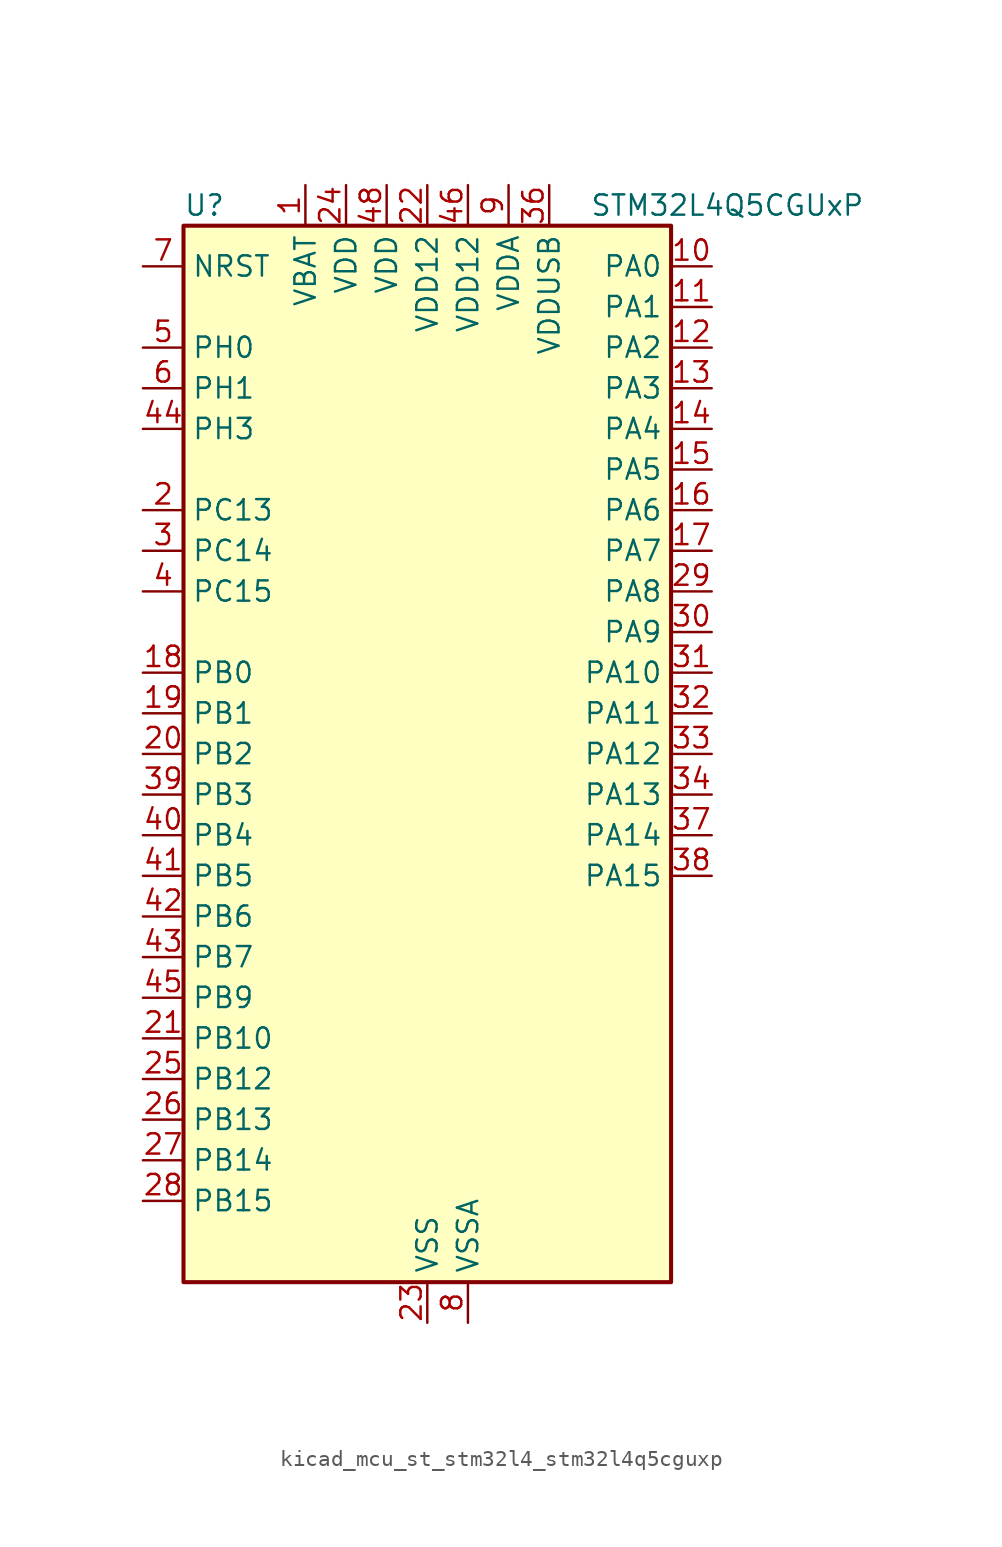
<source format=kicad_sym>
(kicad_symbol_lib
  (version 20220914)
  (generator kicad_symbol_editor)
  (symbol "kicad_mcu_st_stm32l4_stm32l4q5cguxp"
    (property "Reference" "U"
      (at -15.24 34.29 0)
      (effects (font (size 1.27 1.27)) (justify left)))
    (property "Value" "STM32L4Q5CGUxP"
      (at 10.16 34.29 0)
      (effects (font (size 1.27 1.27)) (justify left)))
    (property "ki_locked" ""
      (at 0 0 0)
      (effects (font (size 1.27 1.27))))
    (symbol "kicad_mcu_st_stm32l4_stm32l4q5cguxp_0_1"
      (rectangle (start -15.24 -33.02) (end 15.24 33.02) (stroke (width 0.254) (type default)) (fill (type background))))
    (symbol "kicad_mcu_st_stm32l4_stm32l4q5cguxp_1_1"
      (pin power_in line (at -7.62 35.56 270) (length 2.54) (name "VBAT" (effects (font (size 1.27 1.27)))) (number "1" (effects (font (size 1.27 1.27)))))
      (pin bidirectional line (at 17.78 30.48 180) (length 2.54) (name "PA0" (effects (font (size 1.27 1.27)))) (number "10" (effects (font (size 1.27 1.27)))) (alternate "ADC1_IN5" bidirectional line) (alternate "ADC2_IN5" bidirectional line) (alternate "OPAMP1_VINP" bidirectional line) (alternate "RTC_TAMP2" bidirectional line) (alternate "SAI1_EXTCLK" bidirectional line) (alternate "SYS_WKUP1" bidirectional line) (alternate "TIM2_CH1" bidirectional line) (alternate "TIM2_ETR" bidirectional line) (alternate "TIM5_CH1" bidirectional line) (alternate "TIM8_ETR" bidirectional line) (alternate "UART4_TX" bidirectional line) (alternate "USART2_CTS" bidirectional line) (alternate "USART2_NSS" bidirectional line))
      (pin bidirectional line (at 17.78 27.94 180) (length 2.54) (name "PA1" (effects (font (size 1.27 1.27)))) (number "11" (effects (font (size 1.27 1.27)))) (alternate "ADC1_IN6" bidirectional line) (alternate "ADC2_IN6" bidirectional line) (alternate "I2C1_SMBA" bidirectional line) (alternate "OCTOSPIM_P1_DQS" bidirectional line) (alternate "OPAMP1_VINM" bidirectional line) (alternate "SDMMC2_CMD" bidirectional line) (alternate "SPI1_SCK" bidirectional line) (alternate "TIM15_CH1N" bidirectional line) (alternate "TIM2_CH2" bidirectional line) (alternate "TIM5_CH2" bidirectional line) (alternate "UART4_RX" bidirectional line) (alternate "USART2_DE" bidirectional line) (alternate "USART2_RTS" bidirectional line))
      (pin bidirectional line (at 17.78 25.4 180) (length 2.54) (name "PA2" (effects (font (size 1.27 1.27)))) (number "12" (effects (font (size 1.27 1.27)))) (alternate "ADC1_IN7" bidirectional line) (alternate "ADC2_IN7" bidirectional line) (alternate "LPUART1_TX" bidirectional line) (alternate "OCTOSPIM_P1_NCS" bidirectional line) (alternate "RCC_LSCO" bidirectional line) (alternate "SAI2_EXTCLK" bidirectional line) (alternate "SYS_WKUP4" bidirectional line) (alternate "TIM15_CH1" bidirectional line) (alternate "TIM2_CH3" bidirectional line) (alternate "TIM5_CH3" bidirectional line) (alternate "USART2_TX" bidirectional line))
      (pin bidirectional line (at 17.78 22.86 180) (length 2.54) (name "PA3" (effects (font (size 1.27 1.27)))) (number "13" (effects (font (size 1.27 1.27)))) (alternate "ADC1_IN8" bidirectional line) (alternate "ADC2_IN8" bidirectional line) (alternate "LPUART1_RX" bidirectional line) (alternate "OCTOSPIM_P1_CLK" bidirectional line) (alternate "OPAMP1_VOUT" bidirectional line) (alternate "SAI1_CK1" bidirectional line) (alternate "SAI1_MCLK_A" bidirectional line) (alternate "TIM15_CH2" bidirectional line) (alternate "TIM2_CH4" bidirectional line) (alternate "TIM5_CH4" bidirectional line) (alternate "USART2_RX" bidirectional line))
      (pin bidirectional line (at 17.78 20.32 180) (length 2.54) (name "PA4" (effects (font (size 1.27 1.27)))) (number "14" (effects (font (size 1.27 1.27)))) (alternate "ADC1_IN9" bidirectional line) (alternate "ADC2_IN9" bidirectional line) (alternate "DAC1_OUT1" bidirectional line) (alternate "LPTIM2_OUT" bidirectional line) (alternate "LTDC_CLK" bidirectional line) (alternate "OCTOSPIM_P1_NCS" bidirectional line) (alternate "SAI1_FS_B" bidirectional line) (alternate "SPI1_NSS" bidirectional line) (alternate "SPI3_NSS" bidirectional line) (alternate "USART2_CK" bidirectional line))
      (pin bidirectional line (at 17.78 17.78 180) (length 2.54) (name "PA5" (effects (font (size 1.27 1.27)))) (number "15" (effects (font (size 1.27 1.27)))) (alternate "ADC1_IN10" bidirectional line) (alternate "ADC2_IN10" bidirectional line) (alternate "DAC1_OUT2" bidirectional line) (alternate "LPTIM2_ETR" bidirectional line) (alternate "LTDC_R7" bidirectional line) (alternate "SPI1_SCK" bidirectional line) (alternate "TIM2_CH1" bidirectional line) (alternate "TIM2_ETR" bidirectional line) (alternate "TIM8_CH1N" bidirectional line))
      (pin bidirectional line (at 17.78 15.24 180) (length 2.54) (name "PA6" (effects (font (size 1.27 1.27)))) (number "16" (effects (font (size 1.27 1.27)))) (alternate "ADC1_IN11" bidirectional line) (alternate "ADC2_IN11" bidirectional line) (alternate "LPUART1_CTS" bidirectional line) (alternate "OCTOSPIM_P1_IO3" bidirectional line) (alternate "OPAMP2_VINP" bidirectional line) (alternate "SPI1_MISO" bidirectional line) (alternate "TIM16_CH1" bidirectional line) (alternate "TIM1_BKIN" bidirectional line) (alternate "TIM3_CH1" bidirectional line) (alternate "TIM8_BKIN" bidirectional line) (alternate "USART3_CTS" bidirectional line) (alternate "USART3_NSS" bidirectional line))
      (pin bidirectional line (at 17.78 12.7 180) (length 2.54) (name "PA7" (effects (font (size 1.27 1.27)))) (number "17" (effects (font (size 1.27 1.27)))) (alternate "ADC1_IN12" bidirectional line) (alternate "ADC2_IN12" bidirectional line) (alternate "I2C3_SCL" bidirectional line) (alternate "OCTOSPIM_P1_IO2" bidirectional line) (alternate "OPAMP2_VINM" bidirectional line) (alternate "SPI1_MOSI" bidirectional line) (alternate "TIM17_CH1" bidirectional line) (alternate "TIM1_CH1N" bidirectional line) (alternate "TIM3_CH2" bidirectional line) (alternate "TIM8_CH1N" bidirectional line))
      (pin bidirectional line (at -17.78 5.08 0) (length 2.54) (name "PB0" (effects (font (size 1.27 1.27)))) (number "18" (effects (font (size 1.27 1.27)))) (alternate "ADC1_IN15" bidirectional line) (alternate "ADC2_IN15" bidirectional line) (alternate "COMP1_OUT" bidirectional line) (alternate "LTDC_B6" bidirectional line) (alternate "OCTOSPIM_P1_IO1" bidirectional line) (alternate "OPAMP2_VOUT" bidirectional line) (alternate "SAI1_EXTCLK" bidirectional line) (alternate "SPI1_NSS" bidirectional line) (alternate "TIM1_CH2N" bidirectional line) (alternate "TIM3_CH3" bidirectional line) (alternate "TIM8_CH2N" bidirectional line) (alternate "USART3_CK" bidirectional line))
      (pin bidirectional line (at -17.78 2.54 0) (length 2.54) (name "PB1" (effects (font (size 1.27 1.27)))) (number "19" (effects (font (size 1.27 1.27)))) (alternate "ADC1_IN16" bidirectional line) (alternate "ADC2_IN16" bidirectional line) (alternate "COMP1_INM" bidirectional line) (alternate "DFSDM1_DATIN0" bidirectional line) (alternate "LPTIM2_IN1" bidirectional line) (alternate "LPUART1_DE" bidirectional line) (alternate "LPUART1_RTS" bidirectional line) (alternate "LTDC_G6" bidirectional line) (alternate "OCTOSPIM_P1_IO0" bidirectional line) (alternate "TIM1_CH3N" bidirectional line) (alternate "TIM3_CH4" bidirectional line) (alternate "TIM8_CH3N" bidirectional line) (alternate "USART3_DE" bidirectional line) (alternate "USART3_RTS" bidirectional line))
      (pin bidirectional line (at -17.78 15.24 0) (length 2.54) (name "PC13" (effects (font (size 1.27 1.27)))) (number "2" (effects (font (size 1.27 1.27)))) (alternate "RTC_OUT1" bidirectional line) (alternate "RTC_TAMP1" bidirectional line) (alternate "RTC_TS" bidirectional line) (alternate "SYS_WKUP2" bidirectional line))
      (pin bidirectional line (at -17.78 0 0) (length 2.54) (name "PB2" (effects (font (size 1.27 1.27)))) (number "20" (effects (font (size 1.27 1.27)))) (alternate "COMP1_INP" bidirectional line) (alternate "DFSDM1_CKIN0" bidirectional line) (alternate "I2C3_SMBA" bidirectional line) (alternate "LPTIM1_OUT" bidirectional line) (alternate "OCTOSPIM_P1_DQS" bidirectional line) (alternate "RTC_OUT2" bidirectional line))
      (pin bidirectional line (at -17.78 -17.78 0) (length 2.54) (name "PB10" (effects (font (size 1.27 1.27)))) (number "21" (effects (font (size 1.27 1.27)))) (alternate "COMP1_OUT" bidirectional line) (alternate "I2C2_SCL" bidirectional line) (alternate "I2C4_SCL" bidirectional line) (alternate "LPUART1_RX" bidirectional line) (alternate "OCTOSPIM_P1_CLK" bidirectional line) (alternate "OCTOSPIM_P1_IO3" bidirectional line) (alternate "SAI1_SCK_A" bidirectional line) (alternate "SPI2_SCK" bidirectional line) (alternate "TIM2_CH3" bidirectional line) (alternate "TSC_SYNC" bidirectional line) (alternate "USART3_TX" bidirectional line))
      (pin power_in line (at 0 35.56 270) (length 2.54) (name "VDD12" (effects (font (size 1.27 1.27)))) (number "22" (effects (font (size 1.27 1.27)))))
      (pin power_in line (at 0 -35.56 90) (length 2.54) (name "VSS" (effects (font (size 1.27 1.27)))) (number "23" (effects (font (size 1.27 1.27)))))
      (pin power_in line (at -5.08 35.56 270) (length 2.54) (name "VDD" (effects (font (size 1.27 1.27)))) (number "24" (effects (font (size 1.27 1.27)))))
      (pin bidirectional line (at -17.78 -20.32 0) (length 2.54) (name "PB12" (effects (font (size 1.27 1.27)))) (number "25" (effects (font (size 1.27 1.27)))) (alternate "DFSDM1_DATIN1" bidirectional line) (alternate "I2C2_SMBA" bidirectional line) (alternate "LPUART1_DE" bidirectional line) (alternate "LPUART1_RTS" bidirectional line) (alternate "OCTOSPIM_P1_NCLK" bidirectional line) (alternate "SAI2_FS_A" bidirectional line) (alternate "SDMMC2_CK" bidirectional line) (alternate "SPI2_NSS" bidirectional line) (alternate "TIM15_BKIN" bidirectional line) (alternate "TIM1_BKIN" bidirectional line) (alternate "TSC_G1_IO1" bidirectional line) (alternate "USART3_CK" bidirectional line))
      (pin bidirectional line (at -17.78 -22.86 0) (length 2.54) (name "PB13" (effects (font (size 1.27 1.27)))) (number "26" (effects (font (size 1.27 1.27)))) (alternate "DFSDM1_CKIN1" bidirectional line) (alternate "I2C2_SCL" bidirectional line) (alternate "LPUART1_CTS" bidirectional line) (alternate "OCTOSPIM_P1_IO1" bidirectional line) (alternate "SAI2_SCK_A" bidirectional line) (alternate "SPI2_SCK" bidirectional line) (alternate "TIM15_CH1N" bidirectional line) (alternate "TIM1_CH1N" bidirectional line) (alternate "TSC_G1_IO2" bidirectional line) (alternate "USART3_CTS" bidirectional line) (alternate "USART3_NSS" bidirectional line))
      (pin bidirectional line (at -17.78 -25.4 0) (length 2.54) (name "PB14" (effects (font (size 1.27 1.27)))) (number "27" (effects (font (size 1.27 1.27)))) (alternate "DFSDM1_DATIN2" bidirectional line) (alternate "I2C2_SDA" bidirectional line) (alternate "OCTOSPIM_P1_IO6" bidirectional line) (alternate "SAI2_MCLK_A" bidirectional line) (alternate "SDMMC2_D0" bidirectional line) (alternate "SPI2_MISO" bidirectional line) (alternate "TIM15_CH1" bidirectional line) (alternate "TIM1_CH2N" bidirectional line) (alternate "TIM8_CH2N" bidirectional line) (alternate "TSC_G1_IO3" bidirectional line) (alternate "USART3_DE" bidirectional line) (alternate "USART3_RTS" bidirectional line))
      (pin bidirectional line (at -17.78 -27.94 0) (length 2.54) (name "PB15" (effects (font (size 1.27 1.27)))) (number "28" (effects (font (size 1.27 1.27)))) (alternate "ADC1_EXTI15" bidirectional line) (alternate "ADC2_EXTI15" bidirectional line) (alternate "DFSDM1_CKIN2" bidirectional line) (alternate "OCTOSPIM_P1_IO7" bidirectional line) (alternate "RTC_REFIN" bidirectional line) (alternate "SAI2_SD_A" bidirectional line) (alternate "SDMMC2_D1" bidirectional line) (alternate "SPI2_MOSI" bidirectional line) (alternate "TIM15_CH2" bidirectional line) (alternate "TIM1_CH3N" bidirectional line) (alternate "TIM8_CH3N" bidirectional line) (alternate "TSC_G1_IO4" bidirectional line))
      (pin bidirectional line (at 17.78 10.16 180) (length 2.54) (name "PA8" (effects (font (size 1.27 1.27)))) (number "29" (effects (font (size 1.27 1.27)))) (alternate "LPTIM2_OUT" bidirectional line) (alternate "LTDC_B7" bidirectional line) (alternate "RCC_MCO" bidirectional line) (alternate "SAI1_CK2" bidirectional line) (alternate "SAI1_SCK_A" bidirectional line) (alternate "TIM1_CH1" bidirectional line) (alternate "USART1_CK" bidirectional line) (alternate "USB_OTG_FS_SOF" bidirectional line))
      (pin bidirectional line (at -17.78 12.7 0) (length 2.54) (name "PC14" (effects (font (size 1.27 1.27)))) (number "3" (effects (font (size 1.27 1.27)))) (alternate "RCC_OSC32_IN" bidirectional line))
      (pin bidirectional line (at 17.78 7.62 180) (length 2.54) (name "PA9" (effects (font (size 1.27 1.27)))) (number "30" (effects (font (size 1.27 1.27)))) (alternate "DAC1_EXTI9" bidirectional line) (alternate "LTDC_G7" bidirectional line) (alternate "SAI1_FS_A" bidirectional line) (alternate "SPI2_SCK" bidirectional line) (alternate "TIM15_BKIN" bidirectional line) (alternate "TIM1_CH2" bidirectional line) (alternate "USART1_TX" bidirectional line) (alternate "USB_OTG_FS_VBUS" bidirectional line))
      (pin bidirectional line (at 17.78 5.08 180) (length 2.54) (name "PA10" (effects (font (size 1.27 1.27)))) (number "31" (effects (font (size 1.27 1.27)))) (alternate "LTDC_G6" bidirectional line) (alternate "SAI1_D1" bidirectional line) (alternate "SAI1_SD_A" bidirectional line) (alternate "TIM17_BKIN" bidirectional line) (alternate "TIM1_CH3" bidirectional line) (alternate "USART1_RX" bidirectional line) (alternate "USB_OTG_FS_ID" bidirectional line))
      (pin bidirectional line (at 17.78 2.54 180) (length 2.54) (name "PA11" (effects (font (size 1.27 1.27)))) (number "32" (effects (font (size 1.27 1.27)))) (alternate "ADC1_EXTI11" bidirectional line) (alternate "ADC2_EXTI11" bidirectional line) (alternate "CAN1_RX" bidirectional line) (alternate "LTDC_DE" bidirectional line) (alternate "SPI1_MISO" bidirectional line) (alternate "TIM1_BKIN2" bidirectional line) (alternate "TIM1_CH4" bidirectional line) (alternate "USART1_CTS" bidirectional line) (alternate "USART1_NSS" bidirectional line) (alternate "USB_OTG_FS_DM" bidirectional line))
      (pin bidirectional line (at 17.78 0 180) (length 2.54) (name "PA12" (effects (font (size 1.27 1.27)))) (number "33" (effects (font (size 1.27 1.27)))) (alternate "CAN1_TX" bidirectional line) (alternate "LTDC_VSYNC" bidirectional line) (alternate "OCTOSPIM_P2_NCS" bidirectional line) (alternate "SPI1_MOSI" bidirectional line) (alternate "TIM1_ETR" bidirectional line) (alternate "USART1_DE" bidirectional line) (alternate "USART1_RTS" bidirectional line) (alternate "USB_OTG_FS_DP" bidirectional line))
      (pin bidirectional line (at 17.78 -2.54 180) (length 2.54) (name "PA13" (effects (font (size 1.27 1.27)))) (number "34" (effects (font (size 1.27 1.27)))) (alternate "IR_OUT" bidirectional line) (alternate "SAI1_SD_B" bidirectional line) (alternate "SYS_JTMS-SWDIO" bidirectional line) (alternate "USB_OTG_FS_NOE" bidirectional line))
      (pin passive line (at 0 -35.56 90) (length 2.54) hide (name "VSS" (effects (font (size 1.27 1.27)))) (number "35" (effects (font (size 1.27 1.27)))))
      (pin power_in line (at 7.62 35.56 270) (length 2.54) (name "VDDUSB" (effects (font (size 1.27 1.27)))) (number "36" (effects (font (size 1.27 1.27)))))
      (pin bidirectional line (at 17.78 -5.08 180) (length 2.54) (name "PA14" (effects (font (size 1.27 1.27)))) (number "37" (effects (font (size 1.27 1.27)))) (alternate "I2C1_SMBA" bidirectional line) (alternate "I2C4_SMBA" bidirectional line) (alternate "LPTIM1_OUT" bidirectional line) (alternate "SAI1_FS_B" bidirectional line) (alternate "SYS_JTCK-SWCLK" bidirectional line) (alternate "USB_OTG_FS_SOF" bidirectional line))
      (pin bidirectional line (at 17.78 -7.62 180) (length 2.54) (name "PA15" (effects (font (size 1.27 1.27)))) (number "38" (effects (font (size 1.27 1.27)))) (alternate "ADC1_EXTI15" bidirectional line) (alternate "ADC2_EXTI15" bidirectional line) (alternate "LTDC_HSYNC" bidirectional line) (alternate "SAI2_FS_B" bidirectional line) (alternate "SPI1_NSS" bidirectional line) (alternate "SPI3_NSS" bidirectional line) (alternate "SYS_JTDI" bidirectional line) (alternate "TIM2_CH1" bidirectional line) (alternate "TIM2_ETR" bidirectional line) (alternate "TSC_G3_IO1" bidirectional line) (alternate "UART4_DE" bidirectional line) (alternate "UART4_RTS" bidirectional line) (alternate "USART2_RX" bidirectional line) (alternate "USART3_DE" bidirectional line) (alternate "USART3_RTS" bidirectional line))
      (pin bidirectional line (at -17.78 -2.54 0) (length 2.54) (name "PB3" (effects (font (size 1.27 1.27)))) (number "39" (effects (font (size 1.27 1.27)))) (alternate "COMP2_INM" bidirectional line) (alternate "CRS_SYNC" bidirectional line) (alternate "OCTOSPIM_P1_IO4" bidirectional line) (alternate "SAI1_SCK_B" bidirectional line) (alternate "SDMMC2_D2" bidirectional line) (alternate "SPI1_SCK" bidirectional line) (alternate "SPI3_SCK" bidirectional line) (alternate "SYS_JTDO-SWO" bidirectional line) (alternate "TIM2_CH2" bidirectional line) (alternate "USART1_DE" bidirectional line) (alternate "USART1_RTS" bidirectional line))
      (pin bidirectional line (at -17.78 10.16 0) (length 2.54) (name "PC15" (effects (font (size 1.27 1.27)))) (number "4" (effects (font (size 1.27 1.27)))) (alternate "ADC1_EXTI15" bidirectional line) (alternate "ADC2_EXTI15" bidirectional line) (alternate "RCC_OSC32_OUT" bidirectional line))
      (pin bidirectional line (at -17.78 -5.08 0) (length 2.54) (name "PB4" (effects (font (size 1.27 1.27)))) (number "40" (effects (font (size 1.27 1.27)))) (alternate "COMP2_INP" bidirectional line) (alternate "I2C3_SDA" bidirectional line) (alternate "OCTOSPIM_P1_IO5" bidirectional line) (alternate "SAI1_MCLK_B" bidirectional line) (alternate "SDMMC2_D3" bidirectional line) (alternate "SPI1_MISO" bidirectional line) (alternate "SPI3_MISO" bidirectional line) (alternate "SYS_JTRST" bidirectional line) (alternate "TIM17_BKIN" bidirectional line) (alternate "TIM3_CH1" bidirectional line) (alternate "TSC_G2_IO1" bidirectional line) (alternate "USART1_CTS" bidirectional line) (alternate "USART1_NSS" bidirectional line))
      (pin bidirectional line (at -17.78 -7.62 0) (length 2.54) (name "PB5" (effects (font (size 1.27 1.27)))) (number "41" (effects (font (size 1.27 1.27)))) (alternate "COMP2_OUT" bidirectional line) (alternate "I2C1_SMBA" bidirectional line) (alternate "LPTIM1_IN1" bidirectional line) (alternate "OCTOSPIM_P1_IO0" bidirectional line) (alternate "SAI1_SD_B" bidirectional line) (alternate "SPI1_MOSI" bidirectional line) (alternate "SPI3_MOSI" bidirectional line) (alternate "TIM16_BKIN" bidirectional line) (alternate "TIM3_CH2" bidirectional line) (alternate "TSC_G2_IO2" bidirectional line) (alternate "USART1_CK" bidirectional line))
      (pin bidirectional line (at -17.78 -10.16 0) (length 2.54) (name "PB6" (effects (font (size 1.27 1.27)))) (number "42" (effects (font (size 1.27 1.27)))) (alternate "COMP2_INP" bidirectional line) (alternate "I2C1_SCL" bidirectional line) (alternate "I2C4_SCL" bidirectional line) (alternate "LPTIM1_ETR" bidirectional line) (alternate "LTDC_R6" bidirectional line) (alternate "SAI1_FS_B" bidirectional line) (alternate "TIM16_CH1N" bidirectional line) (alternate "TIM4_CH1" bidirectional line) (alternate "TIM8_BKIN2" bidirectional line) (alternate "TSC_G2_IO3" bidirectional line) (alternate "USART1_TX" bidirectional line))
      (pin bidirectional line (at -17.78 -12.7 0) (length 2.54) (name "PB7" (effects (font (size 1.27 1.27)))) (number "43" (effects (font (size 1.27 1.27)))) (alternate "COMP2_INM" bidirectional line) (alternate "I2C1_SDA" bidirectional line) (alternate "I2C4_SDA" bidirectional line) (alternate "LPTIM1_IN2" bidirectional line) (alternate "LTDC_VSYNC" bidirectional line) (alternate "SYS_PVD_IN" bidirectional line) (alternate "TIM17_CH1N" bidirectional line) (alternate "TIM4_CH2" bidirectional line) (alternate "TIM8_BKIN" bidirectional line) (alternate "TSC_G2_IO4" bidirectional line) (alternate "UART4_CTS" bidirectional line) (alternate "USART1_RX" bidirectional line))
      (pin bidirectional line (at -17.78 20.32 0) (length 2.54) (name "PH3" (effects (font (size 1.27 1.27)))) (number "44" (effects (font (size 1.27 1.27)))))
      (pin bidirectional line (at -17.78 -15.24 0) (length 2.54) (name "PB9" (effects (font (size 1.27 1.27)))) (number "45" (effects (font (size 1.27 1.27)))) (alternate "CAN1_TX" bidirectional line) (alternate "DAC1_EXTI9" bidirectional line) (alternate "I2C1_SDA" bidirectional line) (alternate "IR_OUT" bidirectional line) (alternate "SAI1_D2" bidirectional line) (alternate "SAI1_FS_A" bidirectional line) (alternate "SDMMC2_D5" bidirectional line) (alternate "SPI2_NSS" bidirectional line) (alternate "TIM17_CH1" bidirectional line) (alternate "TIM4_CH4" bidirectional line))
      (pin power_in line (at 2.54 35.56 270) (length 2.54) (name "VDD12" (effects (font (size 1.27 1.27)))) (number "46" (effects (font (size 1.27 1.27)))))
      (pin passive line (at 0 -35.56 90) (length 2.54) hide (name "VSS" (effects (font (size 1.27 1.27)))) (number "47" (effects (font (size 1.27 1.27)))))
      (pin power_in line (at -2.54 35.56 270) (length 2.54) (name "VDD" (effects (font (size 1.27 1.27)))) (number "48" (effects (font (size 1.27 1.27)))))
      (pin passive line (at 0 -35.56 90) (length 2.54) hide (name "VSS" (effects (font (size 1.27 1.27)))) (number "49" (effects (font (size 1.27 1.27)))))
      (pin bidirectional line (at -17.78 25.4 0) (length 2.54) (name "PH0" (effects (font (size 1.27 1.27)))) (number "5" (effects (font (size 1.27 1.27)))) (alternate "RCC_OSC_IN" bidirectional line))
      (pin bidirectional line (at -17.78 22.86 0) (length 2.54) (name "PH1" (effects (font (size 1.27 1.27)))) (number "6" (effects (font (size 1.27 1.27)))) (alternate "RCC_OSC_OUT" bidirectional line))
      (pin input line (at -17.78 30.48 0) (length 2.54) (name "NRST" (effects (font (size 1.27 1.27)))) (number "7" (effects (font (size 1.27 1.27)))))
      (pin power_in line (at 2.54 -35.56 90) (length 2.54) (name "VSSA" (effects (font (size 1.27 1.27)))) (number "8" (effects (font (size 1.27 1.27)))))
      (pin power_in line (at 5.08 35.56 270) (length 2.54) (name "VDDA" (effects (font (size 1.27 1.27)))) (number "9" (effects (font (size 1.27 1.27))))))))
</source>
